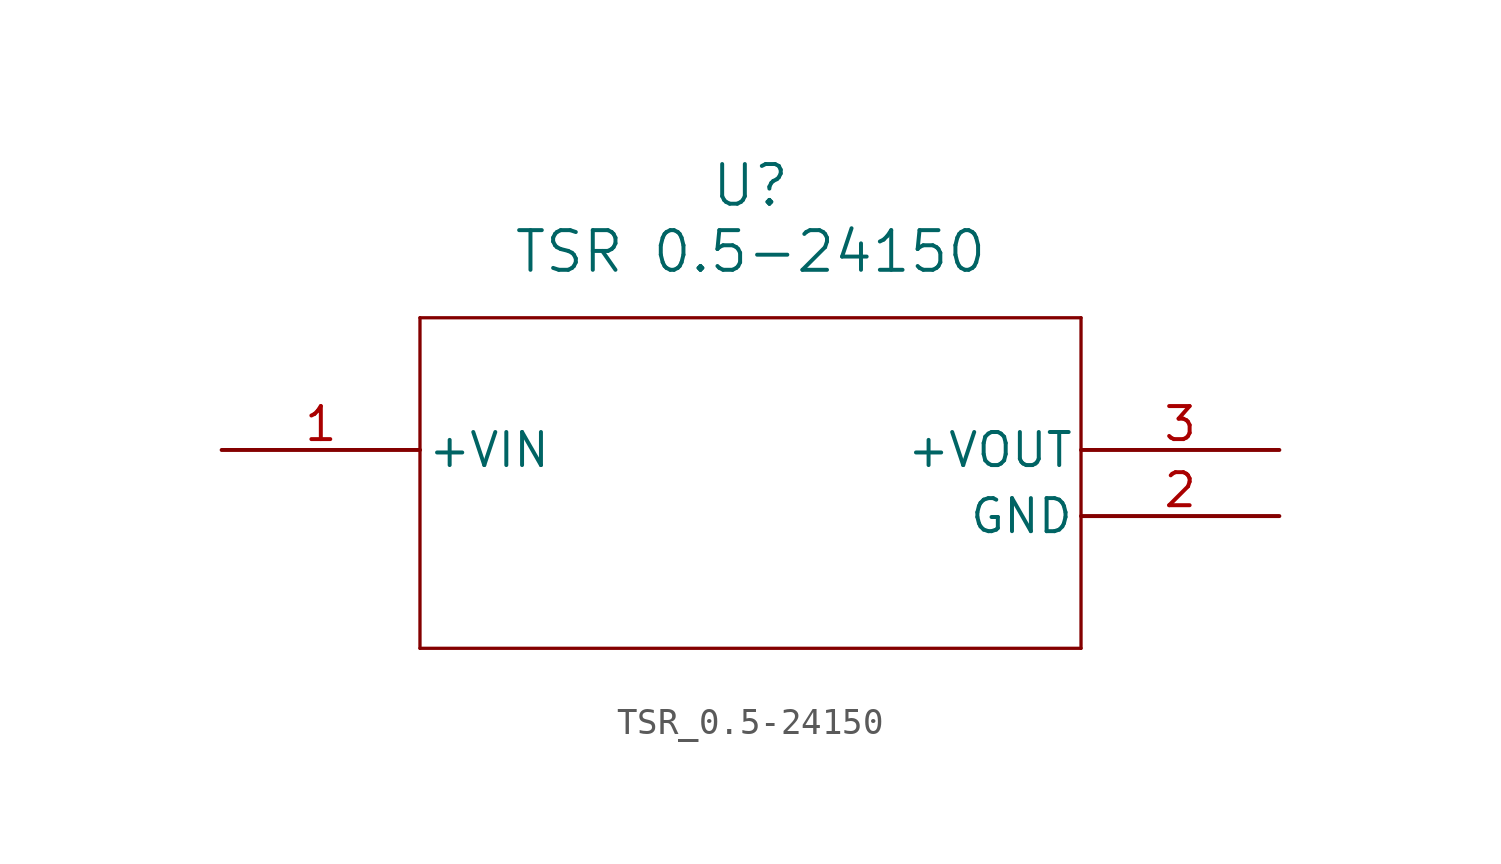
<source format=kicad_sym>
(kicad_symbol_lib
  (version 20211014)
  (generator kicad_symbol_editor)
  (symbol "TSR_0.5-24150"
    (pin_names
      (offset 0.254))
    (property "Reference" "U"
      (at 20.32 10.16 0)
      (effects (font (size 1.524 1.524))))
    (property "Value" "TSR 0.5-24150"
      (at 20.32 7.62 0)
      (effects (font (size 1.524 1.524))))
    (symbol "TSR_0.5-24150_0_1"
      (polyline (pts (xy 7.62 5.08) (xy 7.62 -7.62)) (stroke (width 0.127) (type default) (color 0 0 0 0)) (fill (type none)))
      (polyline (pts (xy 7.62 -7.62) (xy 33.02 -7.62)) (stroke (width 0.127) (type default) (color 0 0 0 0)) (fill (type none)))
      (polyline (pts (xy 33.02 -7.62) (xy 33.02 5.08)) (stroke (width 0.127) (type default) (color 0 0 0 0)) (fill (type none)))
      (polyline (pts (xy 33.02 5.08) (xy 7.62 5.08)) (stroke (width 0.127) (type default) (color 0 0 0 0)) (fill (type none)))
      (pin power_in line (at 0 0 0) (length 7.62) (name "+VIN" (effects (font (size 1.27 1.27)))) (number "1" (effects (font (size 1.27 1.27)))))
      (pin power_out line (at 40.64 -2.54 180) (length 7.62) (name "GND" (effects (font (size 1.27 1.27)))) (number "2" (effects (font (size 1.27 1.27)))))
      (pin power_in line (at 40.64 0 180) (length 7.62) (name "+VOUT" (effects (font (size 1.27 1.27)))) (number "3" (effects (font (size 1.27 1.27))))))))
</source>
